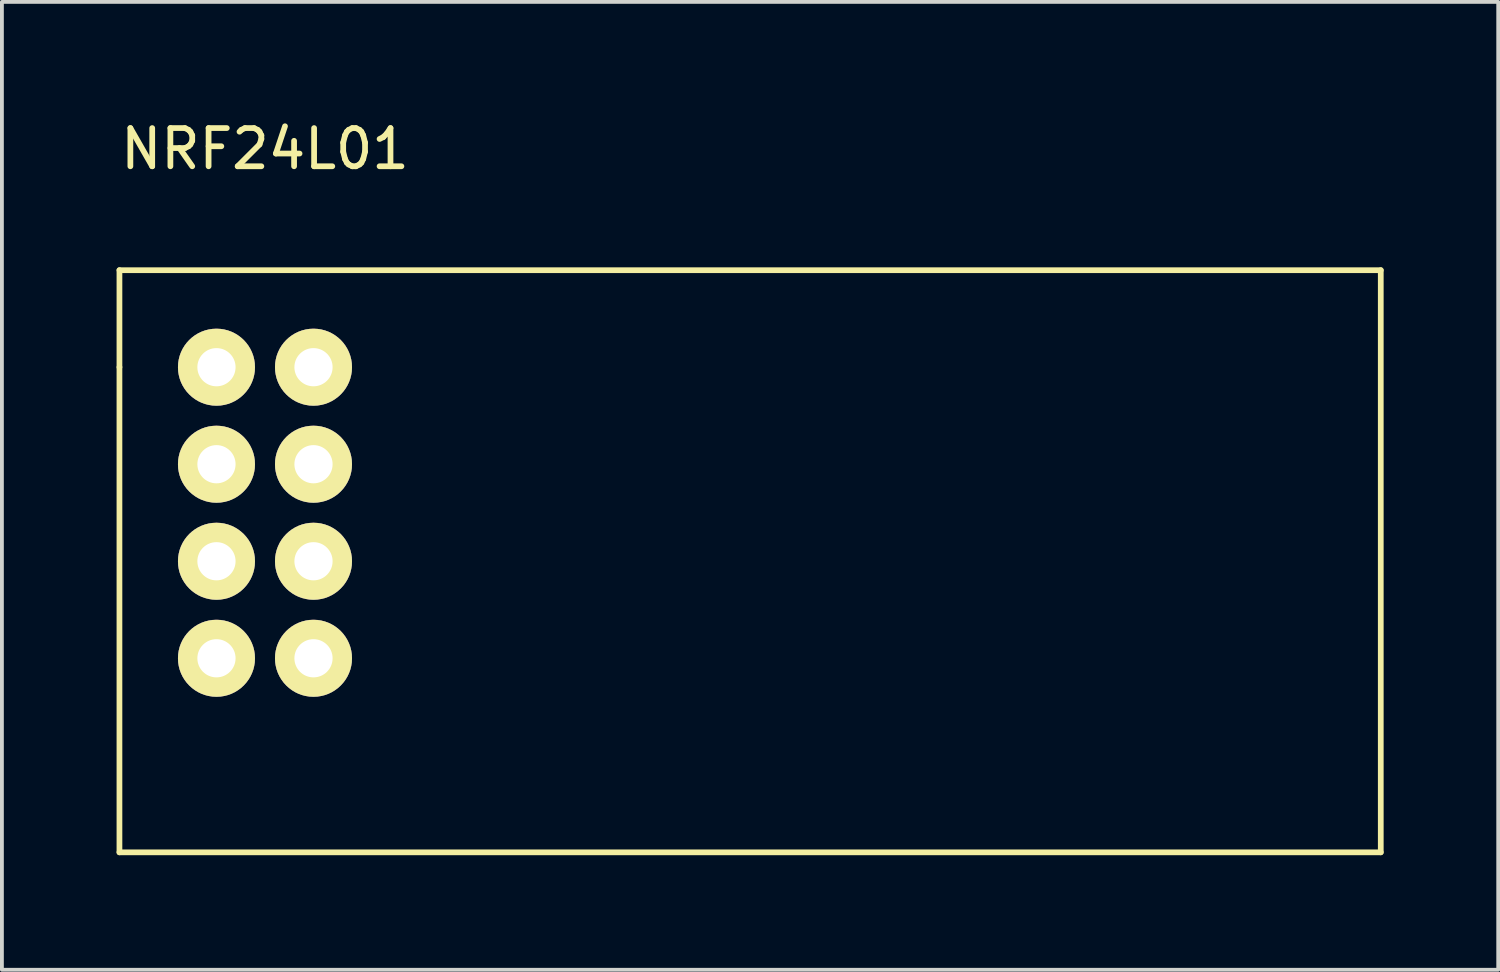
<source format=kicad_pcb>
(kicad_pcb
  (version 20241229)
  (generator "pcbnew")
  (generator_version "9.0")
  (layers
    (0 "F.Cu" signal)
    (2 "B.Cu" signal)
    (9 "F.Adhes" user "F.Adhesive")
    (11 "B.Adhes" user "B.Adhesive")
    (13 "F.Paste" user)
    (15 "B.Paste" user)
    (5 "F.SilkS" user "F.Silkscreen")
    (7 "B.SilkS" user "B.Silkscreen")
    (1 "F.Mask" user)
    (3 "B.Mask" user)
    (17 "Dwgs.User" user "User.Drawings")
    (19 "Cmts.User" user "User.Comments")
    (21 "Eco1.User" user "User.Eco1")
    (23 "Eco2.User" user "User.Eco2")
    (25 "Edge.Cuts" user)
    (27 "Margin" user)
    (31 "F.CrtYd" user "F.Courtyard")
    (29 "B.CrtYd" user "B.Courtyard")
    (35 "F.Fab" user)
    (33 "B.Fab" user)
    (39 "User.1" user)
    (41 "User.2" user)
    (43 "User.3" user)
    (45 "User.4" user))
  (footprint "NRF24L01"
    (layer "F.Cu")
    (at 3.887 7.833)
    (property "Reference" "NRF24L01" (at 0 -6.985 0) (layer "F.SilkS") (effects (font (size 1 1) (thickness 0.15))))
    (attr through_hole)
    (fp_line (start -3.81 -3.81) (end 29.21 -3.81) (stroke (width 0.15) (type solid)) (layer "F.SilkS"))
    (fp_line (start -3.81 -1.27) (end -3.81 -3.81) (stroke (width 0.15) (type solid)) (layer "F.SilkS"))
    (fp_line (start -3.81 11.43) (end -3.81 -1.27) (stroke (width 0.15) (type solid)) (layer "F.SilkS"))
    (fp_line (start 29.21 -3.81) (end 29.21 11.43) (stroke (width 0.15) (type solid)) (layer "F.SilkS"))
    (fp_line (start 29.21 11.43) (end -3.81 11.43) (stroke (width 0.15) (type solid)) (layer "F.SilkS"))
    (pad "1" thru_hole circle (at -1.27 -1.27) (size 2.016 2.016) (drill 1) (layers "*.Cu" "*.Mask" "F.SilkS"))
    (pad "2" thru_hole circle (at 1.27 -1.27) (size 2.016 2.016) (drill 1) (layers "*.Cu" "*.Mask" "F.SilkS"))
    (pad "3" thru_hole circle (at -1.27 1.27) (size 2.016 2.016) (drill 1) (layers "*.Cu" "*.Mask" "F.SilkS"))
    (pad "4" thru_hole circle (at 1.27 1.27) (size 2.016 2.016) (drill 1) (layers "*.Cu" "*.Mask" "F.SilkS"))
    (pad "5" thru_hole circle (at -1.27 3.81) (size 2.016 2.016) (drill 1) (layers "*.Cu" "*.Mask" "F.SilkS"))
    (pad "6" thru_hole circle (at 1.27 3.81) (size 2.016 2.016) (drill 1) (layers "*.Cu" "*.Mask" "F.SilkS"))
    (pad "7" thru_hole circle (at -1.27 6.35) (size 2.016 2.016) (drill 1) (layers "*.Cu" "*.Mask" "F.SilkS"))
    (pad "8" thru_hole circle (at 1.27 6.35) (size 2.016 2.016) (drill 1) (layers "*.Cu" "*.Mask" "F.SilkS")))
  (gr_rect
    (start -3 -3)
    (end 36.172 22.338)
    (stroke (width 0.1) (type default))
    (fill no)
    (layer "Edge.Cuts")))
</source>
